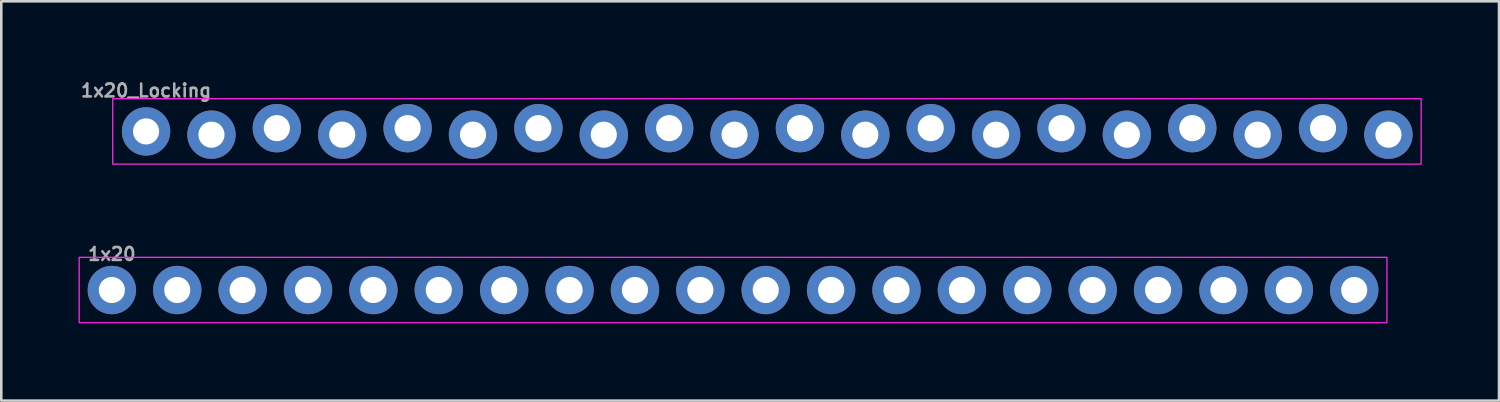
<source format=kicad_pcb>
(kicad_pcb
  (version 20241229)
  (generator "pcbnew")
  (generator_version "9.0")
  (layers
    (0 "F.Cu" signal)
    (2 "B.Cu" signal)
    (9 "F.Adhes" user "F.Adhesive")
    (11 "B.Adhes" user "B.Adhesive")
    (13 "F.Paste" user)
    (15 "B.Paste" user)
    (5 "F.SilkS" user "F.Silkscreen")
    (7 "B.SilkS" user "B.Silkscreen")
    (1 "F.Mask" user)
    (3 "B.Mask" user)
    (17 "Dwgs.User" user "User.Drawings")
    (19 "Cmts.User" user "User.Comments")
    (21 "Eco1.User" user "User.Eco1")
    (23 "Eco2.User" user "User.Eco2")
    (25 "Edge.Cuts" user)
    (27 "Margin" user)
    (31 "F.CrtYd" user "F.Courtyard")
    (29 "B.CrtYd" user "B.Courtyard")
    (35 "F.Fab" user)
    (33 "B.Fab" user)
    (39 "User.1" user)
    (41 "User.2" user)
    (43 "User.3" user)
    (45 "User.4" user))
  (footprint "1x20_Locking"
    (layer "F.Cu")
    (at 2.624 2.055)
    (property "Reference" "1x20_Locking" (at 0 -1.587 0) (layer "F.Fab") (effects (font (size 0.5 0.5) (thickness 0.1))))
    (fp_rect (start -1.295 -1.27) (end 49.53 1.27) (stroke (width 0.05) (type default)) (fill no) (layer "F.CrtYd"))
    (fp_poly (pts (xy -0.254 0.254) (xy 0.254 0.254) (xy 0.254 -0.254) (xy -0.254 -0.254)) (stroke (width 0.1) (type default)) (fill no) (layer "F.Fab"))
    (fp_poly (pts (xy 2.286 0.254) (xy 2.794 0.254) (xy 2.794 -0.254) (xy 2.286 -0.254)) (stroke (width 0.1) (type default)) (fill no) (layer "F.Fab"))
    (fp_poly (pts (xy 4.826 0.254) (xy 5.334 0.254) (xy 5.334 -0.254) (xy 4.826 -0.254)) (stroke (width 0.1) (type default)) (fill no) (layer "F.Fab"))
    (fp_poly (pts (xy 7.366 0.254) (xy 7.874 0.254) (xy 7.874 -0.254) (xy 7.366 -0.254)) (stroke (width 0.1) (type default)) (fill no) (layer "F.Fab"))
    (fp_poly (pts (xy 9.906 0.254) (xy 10.414 0.254) (xy 10.414 -0.254) (xy 9.906 -0.254)) (stroke (width 0.1) (type default)) (fill no) (layer "F.Fab"))
    (fp_poly (pts (xy 12.446 0.254) (xy 12.954 0.254) (xy 12.954 -0.254) (xy 12.446 -0.254)) (stroke (width 0.1) (type default)) (fill no) (layer "F.Fab"))
    (fp_poly (pts (xy 14.986 0.254) (xy 15.494 0.254) (xy 15.494 -0.254) (xy 14.986 -0.254)) (stroke (width 0.1) (type default)) (fill no) (layer "F.Fab"))
    (fp_poly (pts (xy 17.526 0.254) (xy 18.034 0.254) (xy 18.034 -0.254) (xy 17.526 -0.254)) (stroke (width 0.1) (type default)) (fill no) (layer "F.Fab"))
    (fp_poly (pts (xy 20.066 0.254) (xy 20.574 0.254) (xy 20.574 -0.254) (xy 20.066 -0.254)) (stroke (width 0.1) (type default)) (fill no) (layer "F.Fab"))
    (fp_poly (pts (xy 22.606 0.254) (xy 23.114 0.254) (xy 23.114 -0.254) (xy 22.606 -0.254)) (stroke (width 0.1) (type default)) (fill no) (layer "F.Fab"))
    (fp_poly (pts (xy 25.146 0.254) (xy 25.654 0.254) (xy 25.654 -0.254) (xy 25.146 -0.254)) (stroke (width 0.1) (type default)) (fill no) (layer "F.Fab"))
    (fp_poly (pts (xy 27.686 0.254) (xy 28.194 0.254) (xy 28.194 -0.254) (xy 27.686 -0.254)) (stroke (width 0.1) (type default)) (fill no) (layer "F.Fab"))
    (fp_poly (pts (xy 30.226 0.254) (xy 30.734 0.254) (xy 30.734 -0.254) (xy 30.226 -0.254)) (stroke (width 0.1) (type default)) (fill no) (layer "F.Fab"))
    (fp_poly (pts (xy 32.766 0.254) (xy 33.274 0.254) (xy 33.274 -0.254) (xy 32.766 -0.254)) (stroke (width 0.1) (type default)) (fill no) (layer "F.Fab"))
    (fp_poly (pts (xy 35.306 0.254) (xy 35.814 0.254) (xy 35.814 -0.254) (xy 35.306 -0.254)) (stroke (width 0.1) (type default)) (fill no) (layer "F.Fab"))
    (fp_poly (pts (xy 37.846 0.254) (xy 38.354 0.254) (xy 38.354 -0.254) (xy 37.846 -0.254)) (stroke (width 0.1) (type default)) (fill no) (layer "F.Fab"))
    (fp_poly (pts (xy 40.386 0.254) (xy 40.894 0.254) (xy 40.894 -0.254) (xy 40.386 -0.254)) (stroke (width 0.1) (type default)) (fill no) (layer "F.Fab"))
    (fp_poly (pts (xy 42.926 0.254) (xy 43.434 0.254) (xy 43.434 -0.254) (xy 42.926 -0.254)) (stroke (width 0.1) (type default)) (fill no) (layer "F.Fab"))
    (fp_poly (pts (xy 45.466 0.254) (xy 45.974 0.254) (xy 45.974 -0.254) (xy 45.466 -0.254)) (stroke (width 0.1) (type default)) (fill no) (layer "F.Fab"))
    (fp_poly (pts (xy 48.006 0.254) (xy 48.514 0.254) (xy 48.514 -0.254) (xy 48.006 -0.254)) (stroke (width 0.1) (type default)) (fill no) (layer "F.Fab"))
    (pad "1" thru_hole circle (at 0 0 90) (size 1.88 1.88) (drill 1.016) (layers "*.Cu" "*.Mask") (remove_unused_layers yes) (keep_end_layers yes) (zone_layer_connections))
    (pad "2" thru_hole circle (at 2.54 0.127 90) (size 1.88 1.88) (drill 1.016) (layers "*.Cu" "*.Mask") (remove_unused_layers yes) (keep_end_layers yes) (zone_layer_connections))
    (pad "3" thru_hole circle (at 5.08 -0.127 90) (size 1.88 1.88) (drill 1.016) (layers "*.Cu" "*.Mask") (remove_unused_layers yes) (keep_end_layers yes) (zone_layer_connections))
    (pad "4" thru_hole circle (at 7.62 0.127 90) (size 1.88 1.88) (drill 1.016) (layers "*.Cu" "*.Mask") (remove_unused_layers yes) (keep_end_layers yes) (zone_layer_connections))
    (pad "5" thru_hole circle (at 10.16 -0.127 90) (size 1.88 1.88) (drill 1.016) (layers "*.Cu" "*.Mask") (remove_unused_layers yes) (keep_end_layers yes) (zone_layer_connections))
    (pad "6" thru_hole circle (at 12.7 0.127 90) (size 1.88 1.88) (drill 1.016) (layers "*.Cu" "*.Mask") (remove_unused_layers yes) (keep_end_layers yes) (zone_layer_connections))
    (pad "7" thru_hole circle (at 15.24 -0.127 90) (size 1.88 1.88) (drill 1.016) (layers "*.Cu" "*.Mask") (remove_unused_layers yes) (keep_end_layers yes) (zone_layer_connections))
    (pad "8" thru_hole circle (at 17.78 0.127 90) (size 1.88 1.88) (drill 1.016) (layers "*.Cu" "*.Mask") (remove_unused_layers yes) (keep_end_layers yes) (zone_layer_connections))
    (pad "9" thru_hole circle (at 20.32 -0.127 90) (size 1.88 1.88) (drill 1.016) (layers "*.Cu" "*.Mask") (remove_unused_layers yes) (keep_end_layers yes) (zone_layer_connections))
    (pad "10" thru_hole circle (at 22.86 0.127 90) (size 1.88 1.88) (drill 1.016) (layers "*.Cu" "*.Mask") (remove_unused_layers yes) (keep_end_layers yes) (zone_layer_connections))
    (pad "11" thru_hole circle (at 25.4 -0.127 90) (size 1.88 1.88) (drill 1.016) (layers "*.Cu" "*.Mask") (remove_unused_layers yes) (keep_end_layers yes) (zone_layer_connections))
    (pad "12" thru_hole circle (at 27.94 0.127 90) (size 1.88 1.88) (drill 1.016) (layers "*.Cu" "*.Mask") (remove_unused_layers yes) (keep_end_layers yes) (zone_layer_connections))
    (pad "13" thru_hole circle (at 30.48 -0.127 90) (size 1.88 1.88) (drill 1.016) (layers "*.Cu" "*.Mask") (remove_unused_layers yes) (keep_end_layers yes) (zone_layer_connections))
    (pad "14" thru_hole circle (at 33.02 0.127 90) (size 1.88 1.88) (drill 1.016) (layers "*.Cu" "*.Mask") (remove_unused_layers yes) (keep_end_layers yes) (zone_layer_connections))
    (pad "15" thru_hole circle (at 35.56 -0.127 90) (size 1.88 1.88) (drill 1.016) (layers "*.Cu" "*.Mask") (remove_unused_layers yes) (keep_end_layers yes) (zone_layer_connections))
    (pad "16" thru_hole circle (at 38.1 0.127 90) (size 1.88 1.88) (drill 1.016) (layers "*.Cu" "*.Mask") (remove_unused_layers yes) (keep_end_layers yes) (zone_layer_connections))
    (pad "17" thru_hole circle (at 40.64 -0.127 90) (size 1.88 1.88) (drill 1.016) (layers "*.Cu" "*.Mask") (remove_unused_layers yes) (keep_end_layers yes) (zone_layer_connections))
    (pad "18" thru_hole circle (at 43.18 0.127 90) (size 1.88 1.88) (drill 1.016) (layers "*.Cu" "*.Mask") (remove_unused_layers yes) (keep_end_layers yes) (zone_layer_connections))
    (pad "19" thru_hole circle (at 45.72 -0.127 90) (size 1.88 1.88) (drill 1.016) (layers "*.Cu" "*.Mask") (remove_unused_layers yes) (keep_end_layers yes) (zone_layer_connections))
    (pad "20" thru_hole circle (at 48.26 0.127 90) (size 1.88 1.88) (drill 1.016) (layers "*.Cu" "*.Mask") (remove_unused_layers yes) (keep_end_layers yes) (zone_layer_connections)))
  (footprint "1x20"
    (layer "F.Cu")
    (at 1.295 8.216)
    (property "Reference" "1x20" (at 0 -1.397 0) (layer "F.Fab") (effects (font (size 0.5 0.5) (thickness 0.1))))
    (fp_rect (start -1.27 -1.27) (end 49.53 1.27) (stroke (width 0.05) (type default)) (fill no) (layer "F.CrtYd"))
    (fp_poly (pts (xy -0.254 0.254) (xy 0.254 0.254) (xy 0.254 -0.254) (xy -0.254 -0.254)) (stroke (width 0.1) (type default)) (fill no) (layer "F.Fab"))
    (fp_poly (pts (xy 2.286 0.254) (xy 2.794 0.254) (xy 2.794 -0.254) (xy 2.286 -0.254)) (stroke (width 0.1) (type default)) (fill no) (layer "F.Fab"))
    (fp_poly (pts (xy 4.826 0.254) (xy 5.334 0.254) (xy 5.334 -0.254) (xy 4.826 -0.254)) (stroke (width 0.1) (type default)) (fill no) (layer "F.Fab"))
    (fp_poly (pts (xy 7.366 0.254) (xy 7.874 0.254) (xy 7.874 -0.254) (xy 7.366 -0.254)) (stroke (width 0.1) (type default)) (fill no) (layer "F.Fab"))
    (fp_poly (pts (xy 9.906 0.254) (xy 10.414 0.254) (xy 10.414 -0.254) (xy 9.906 -0.254)) (stroke (width 0.1) (type default)) (fill no) (layer "F.Fab"))
    (fp_poly (pts (xy 12.446 0.254) (xy 12.954 0.254) (xy 12.954 -0.254) (xy 12.446 -0.254)) (stroke (width 0.1) (type default)) (fill no) (layer "F.Fab"))
    (fp_poly (pts (xy 14.986 0.254) (xy 15.494 0.254) (xy 15.494 -0.254) (xy 14.986 -0.254)) (stroke (width 0.1) (type default)) (fill no) (layer "F.Fab"))
    (fp_poly (pts (xy 17.526 0.254) (xy 18.034 0.254) (xy 18.034 -0.254) (xy 17.526 -0.254)) (stroke (width 0.1) (type default)) (fill no) (layer "F.Fab"))
    (fp_poly (pts (xy 20.066 0.254) (xy 20.574 0.254) (xy 20.574 -0.254) (xy 20.066 -0.254)) (stroke (width 0.1) (type default)) (fill no) (layer "F.Fab"))
    (fp_poly (pts (xy 22.606 0.254) (xy 23.114 0.254) (xy 23.114 -0.254) (xy 22.606 -0.254)) (stroke (width 0.1) (type default)) (fill no) (layer "F.Fab"))
    (fp_poly (pts (xy 25.146 0.254) (xy 25.654 0.254) (xy 25.654 -0.254) (xy 25.146 -0.254)) (stroke (width 0.1) (type default)) (fill no) (layer "F.Fab"))
    (fp_poly (pts (xy 27.686 0.254) (xy 28.194 0.254) (xy 28.194 -0.254) (xy 27.686 -0.254)) (stroke (width 0.1) (type default)) (fill no) (layer "F.Fab"))
    (fp_poly (pts (xy 30.226 0.254) (xy 30.734 0.254) (xy 30.734 -0.254) (xy 30.226 -0.254)) (stroke (width 0.1) (type default)) (fill no) (layer "F.Fab"))
    (fp_poly (pts (xy 32.766 0.254) (xy 33.274 0.254) (xy 33.274 -0.254) (xy 32.766 -0.254)) (stroke (width 0.1) (type default)) (fill no) (layer "F.Fab"))
    (fp_poly (pts (xy 35.306 0.254) (xy 35.814 0.254) (xy 35.814 -0.254) (xy 35.306 -0.254)) (stroke (width 0.1) (type default)) (fill no) (layer "F.Fab"))
    (fp_poly (pts (xy 37.846 0.254) (xy 38.354 0.254) (xy 38.354 -0.254) (xy 37.846 -0.254)) (stroke (width 0.1) (type default)) (fill no) (layer "F.Fab"))
    (fp_poly (pts (xy 40.386 0.254) (xy 40.894 0.254) (xy 40.894 -0.254) (xy 40.386 -0.254)) (stroke (width 0.1) (type default)) (fill no) (layer "F.Fab"))
    (fp_poly (pts (xy 42.926 0.254) (xy 43.434 0.254) (xy 43.434 -0.254) (xy 42.926 -0.254)) (stroke (width 0.1) (type default)) (fill no) (layer "F.Fab"))
    (fp_poly (pts (xy 45.466 0.254) (xy 45.974 0.254) (xy 45.974 -0.254) (xy 45.466 -0.254)) (stroke (width 0.1) (type default)) (fill no) (layer "F.Fab"))
    (fp_poly (pts (xy 48.006 0.254) (xy 48.514 0.254) (xy 48.514 -0.254) (xy 48.006 -0.254)) (stroke (width 0.1) (type default)) (fill no) (layer "F.Fab"))
    (pad "1" thru_hole circle (at 0 0 90) (size 1.88 1.88) (drill 1.016) (layers "*.Cu" "*.Mask"))
    (pad "2" thru_hole circle (at 2.54 0 90) (size 1.88 1.88) (drill 1.016) (layers "*.Cu" "*.Mask"))
    (pad "3" thru_hole circle (at 5.08 0 90) (size 1.88 1.88) (drill 1.016) (layers "*.Cu" "*.Mask"))
    (pad "4" thru_hole circle (at 7.62 0 90) (size 1.88 1.88) (drill 1.016) (layers "*.Cu" "*.Mask"))
    (pad "5" thru_hole circle (at 10.16 0 90) (size 1.88 1.88) (drill 1.016) (layers "*.Cu" "*.Mask"))
    (pad "6" thru_hole circle (at 12.7 0 90) (size 1.88 1.88) (drill 1.016) (layers "*.Cu" "*.Mask"))
    (pad "7" thru_hole circle (at 15.24 0 90) (size 1.88 1.88) (drill 1.016) (layers "*.Cu" "*.Mask"))
    (pad "8" thru_hole circle (at 17.78 0 90) (size 1.88 1.88) (drill 1.016) (layers "*.Cu" "*.Mask"))
    (pad "9" thru_hole circle (at 20.32 0 90) (size 1.88 1.88) (drill 1.016) (layers "*.Cu" "*.Mask"))
    (pad "10" thru_hole circle (at 22.86 0 90) (size 1.88 1.88) (drill 1.016) (layers "*.Cu" "*.Mask"))
    (pad "11" thru_hole circle (at 25.4 0 90) (size 1.88 1.88) (drill 1.016) (layers "*.Cu" "*.Mask"))
    (pad "12" thru_hole circle (at 27.94 0 90) (size 1.88 1.88) (drill 1.016) (layers "*.Cu" "*.Mask"))
    (pad "13" thru_hole circle (at 30.48 0 90) (size 1.88 1.88) (drill 1.016) (layers "*.Cu" "*.Mask"))
    (pad "14" thru_hole circle (at 33.02 0 90) (size 1.88 1.88) (drill 1.016) (layers "*.Cu" "*.Mask"))
    (pad "15" thru_hole circle (at 35.56 0 90) (size 1.88 1.88) (drill 1.016) (layers "*.Cu" "*.Mask"))
    (pad "16" thru_hole circle (at 38.1 0 90) (size 1.88 1.88) (drill 1.016) (layers "*.Cu" "*.Mask"))
    (pad "17" thru_hole circle (at 40.64 0 90) (size 1.88 1.88) (drill 1.016) (layers "*.Cu" "*.Mask"))
    (pad "18" thru_hole circle (at 43.18 0 90) (size 1.88 1.88) (drill 1.016) (layers "*.Cu" "*.Mask"))
    (pad "19" thru_hole circle (at 45.72 0 90) (size 1.88 1.88) (drill 1.016) (layers "*.Cu" "*.Mask"))
    (pad "20" thru_hole circle (at 48.26 0 90) (size 1.88 1.88) (drill 1.016) (layers "*.Cu" "*.Mask")))
  (gr_rect
    (start -3 -3)
    (end 55.179 12.511)
    (stroke (width 0.1) (type default))
    (fill no)
    (layer "Edge.Cuts")))
</source>
